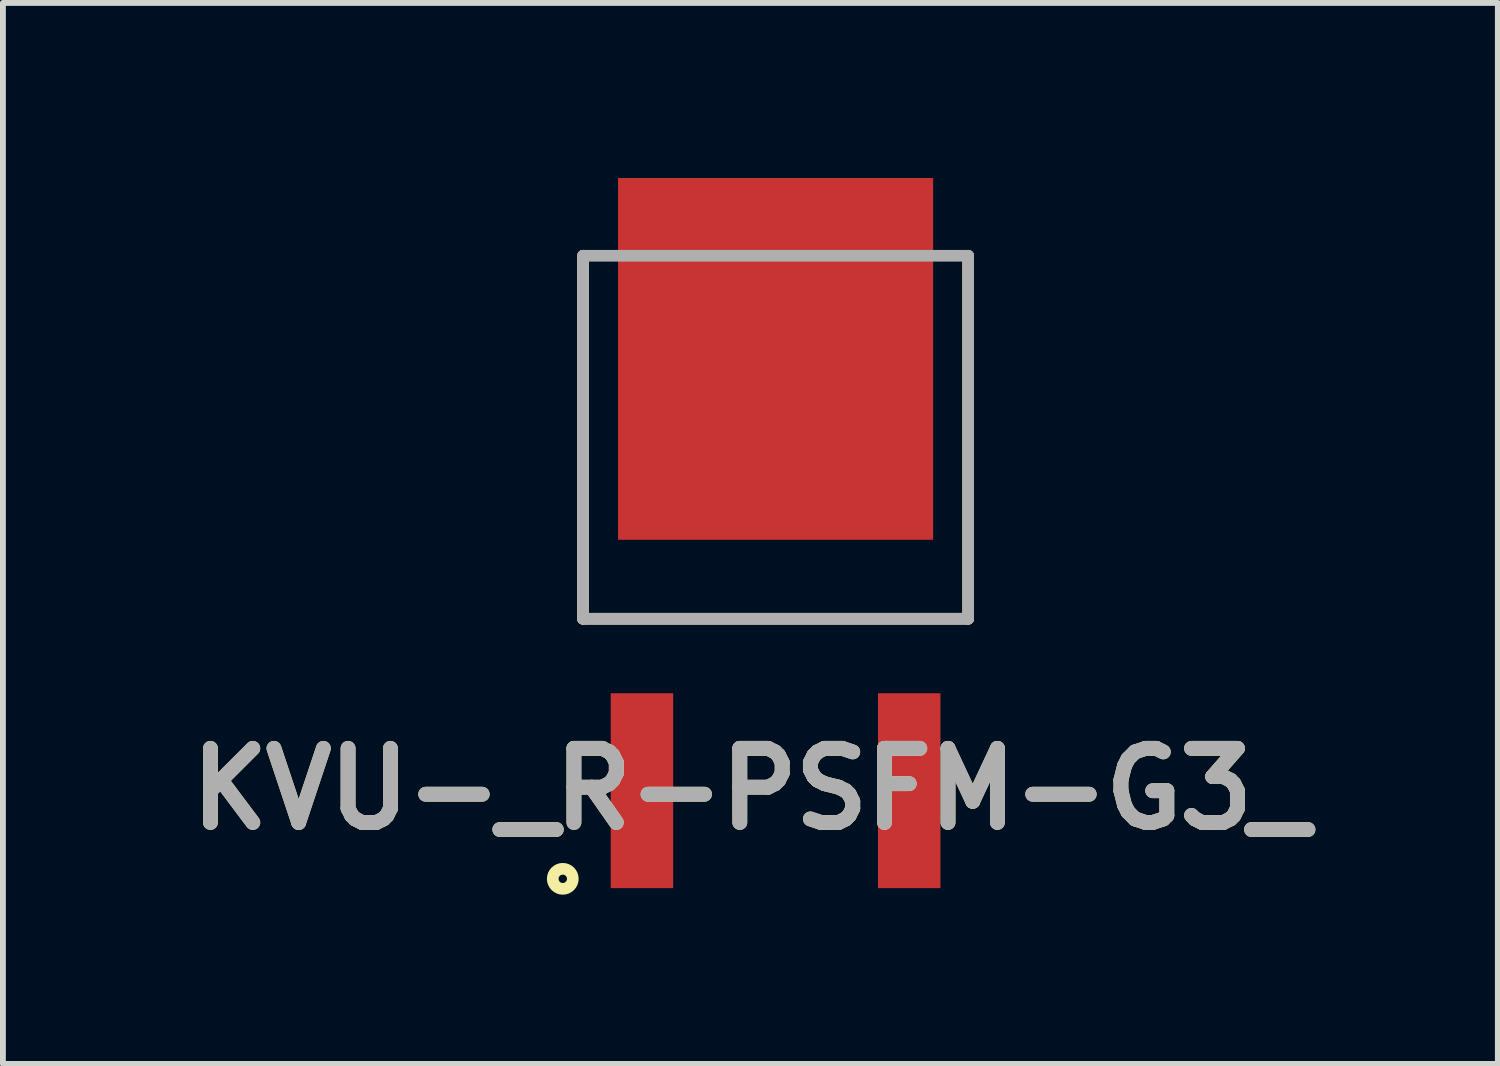
<source format=kicad_pcb>
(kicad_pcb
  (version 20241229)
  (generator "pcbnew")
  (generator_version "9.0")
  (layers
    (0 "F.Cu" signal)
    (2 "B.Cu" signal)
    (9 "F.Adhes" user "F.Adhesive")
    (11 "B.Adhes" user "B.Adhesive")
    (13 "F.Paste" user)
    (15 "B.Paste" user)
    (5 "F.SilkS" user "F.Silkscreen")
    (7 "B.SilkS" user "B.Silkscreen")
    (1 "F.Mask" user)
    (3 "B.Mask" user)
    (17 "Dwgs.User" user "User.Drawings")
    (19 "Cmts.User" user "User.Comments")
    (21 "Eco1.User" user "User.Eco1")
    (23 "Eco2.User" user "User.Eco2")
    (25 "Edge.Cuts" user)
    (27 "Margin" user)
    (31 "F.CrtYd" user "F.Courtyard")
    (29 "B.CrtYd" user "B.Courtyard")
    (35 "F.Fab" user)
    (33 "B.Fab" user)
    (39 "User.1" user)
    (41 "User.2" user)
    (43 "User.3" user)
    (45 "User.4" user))
  (footprint "KVU-_R-PSFM-G3_"
    (layer "F.Cu")
    (at 10.241 7.553)
    (property "Reference" "KVU-_R-PSFM-G3_" (at -0.432 2.917 0) (layer "F.SilkS") (effects (font (size 1.27 1.27) (thickness 0.254))))
    (attr smd)
    (fp_line (start -3.3 -6.22) (end -3.3 0) (stroke (width 0.2) (type solid)) (layer "F.SilkS"))
    (fp_line (start -3.3 0) (end 3.3 0) (stroke (width 0.2) (type solid)) (layer "F.SilkS"))
    (fp_line (start 3.3 0) (end 3.3 -6.22) (stroke (width 0.2) (type solid)) (layer "F.SilkS"))
    (fp_circle (center -3.647 4.457) (end -3.647 4.529) (stroke (width 0.2) (type solid)) (fill no) (layer "F.SilkS"))
    (fp_line (start -3.3 -6.22) (end 3.3 -6.22) (stroke (width 0.2) (type solid)) (layer "F.Fab"))
    (fp_line (start -3.3 0) (end -3.3 -6.22) (stroke (width 0.2) (type solid)) (layer "F.Fab"))
    (fp_line (start 3.3 -6.22) (end 3.3 0) (stroke (width 0.2) (type solid)) (layer "F.Fab"))
    (fp_line (start 3.3 0) (end -3.3 0) (stroke (width 0.2) (type solid)) (layer "F.Fab"))
    (fp_text user "${REFERENCE}" (at -0.432 2.917 0) (layer "F.Fab") (effects (font (size 1.27 1.27) (thickness 0.254))))
    (pad "1" smd rect (at -2.29 2.947) (size 1.07 3.34) (layers "F.Cu" "F.Mask" "F.Paste"))
    (pad "2" smd rect (at 2.29 2.947) (size 1.07 3.34) (layers "F.Cu" "F.Mask" "F.Paste"))
    (pad "3" smd rect (at 0 -4.453) (size 5.4 6.2) (layers "F.Cu" "F.Mask" "F.Paste")))
  (gr_rect
    (start -3 -3)
    (end 22.618 15.182)
    (stroke (width 0.1) (type default))
    (fill no)
    (layer "Edge.Cuts")))
</source>
